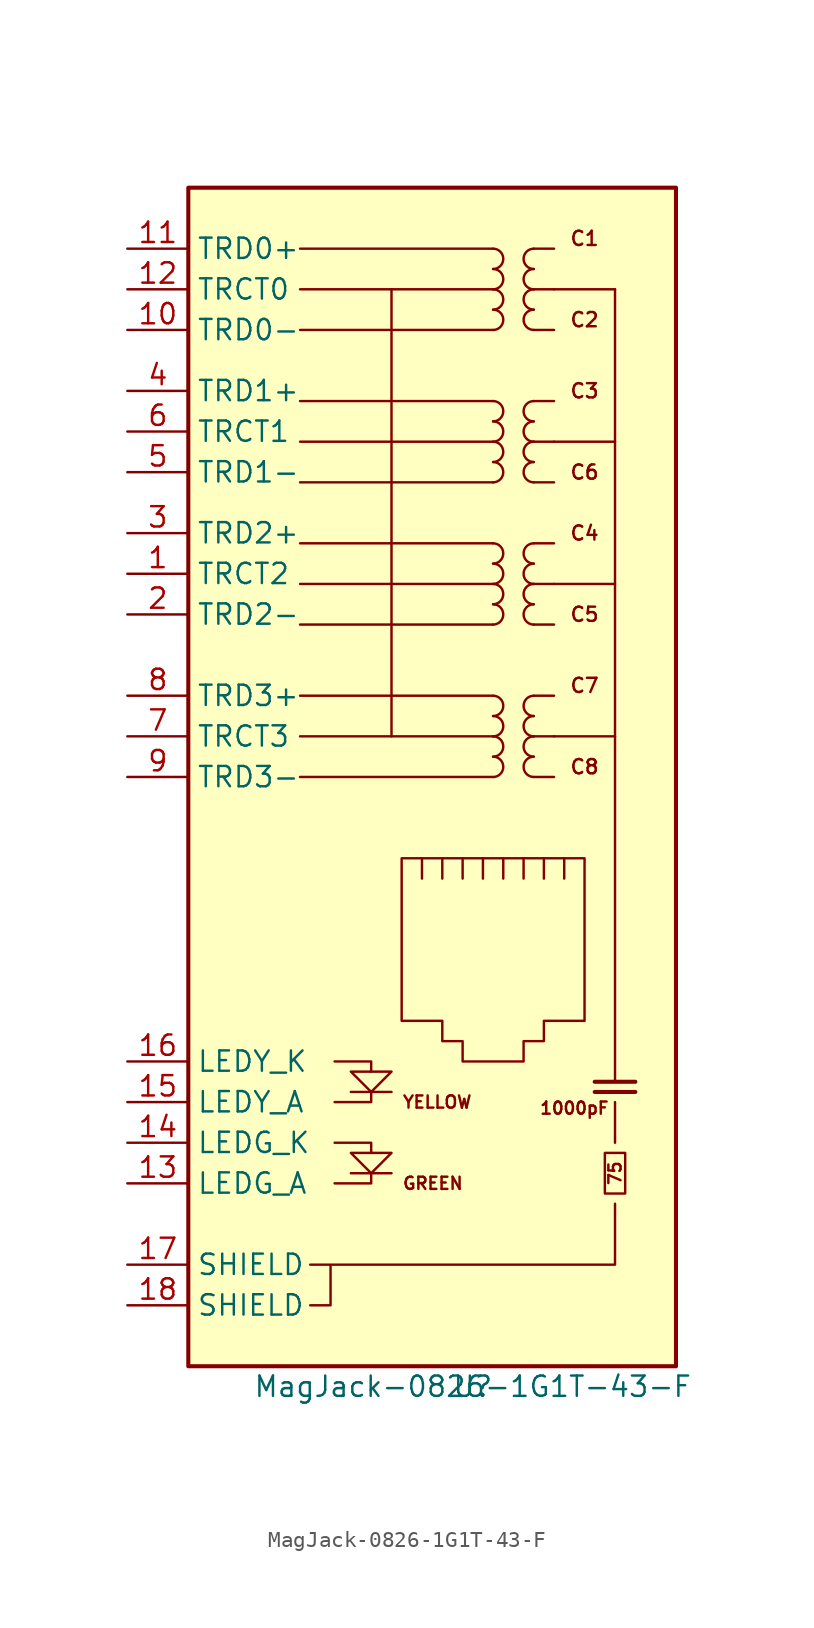
<source format=kicad_sym>
(kicad_symbol_lib
  (version 20201005)
  (generator kicad_symbol_editor)
  (symbol "CM4_NAS:MagJack-0826-1G1T-43-F"
    (property "Reference" "U"
      (at 0 0 0)
      (effects (font (size 1.27 1.27))))
    (property "Value" "MagJack-0826-1G1T-43-F"
      (at 0 0 0)
      (effects (font (size 1.27 1.27))))
    (symbol "MagJack-0826-1G1T-43-F_1_1"
      (arc (start 1.27 38.1) (end 1.27 39.37) (radius (at 1.27 38.735) (length 0.635) (angles -89.9 89.9)) (stroke (width 0)) (fill (type none)))
      (arc (start 1.27 39.37) (end 1.27 40.64) (radius (at 1.27 40.005) (length 0.635) (angles -89.9 89.9)) (stroke (width 0)) (fill (type none)))
      (arc (start 1.27 40.64) (end 1.27 41.91) (radius (at 1.27 41.275) (length 0.635) (angles -89.9 89.9)) (stroke (width 0)) (fill (type none)))
      (arc (start 1.27 41.91) (end 1.27 43.18) (radius (at 1.27 42.545) (length 0.635) (angles -89.9 89.9)) (stroke (width 0)) (fill (type none)))
      (arc (start 1.27 47.625) (end 1.27 48.895) (radius (at 1.27 48.26) (length 0.635) (angles -89.9 89.9)) (stroke (width 0)) (fill (type none)))
      (arc (start 1.27 48.895) (end 1.27 50.165) (radius (at 1.27 49.53) (length 0.635) (angles -89.9 89.9)) (stroke (width 0)) (fill (type none)))
      (arc (start 1.27 50.165) (end 1.27 51.435) (radius (at 1.27 50.8) (length 0.635) (angles -89.9 89.9)) (stroke (width 0)) (fill (type none)))
      (arc (start 1.27 51.435) (end 1.27 52.705) (radius (at 1.27 52.07) (length 0.635) (angles -89.9 89.9)) (stroke (width 0)) (fill (type none)))
      (arc (start 1.27 56.515) (end 1.27 57.785) (radius (at 1.27 57.15) (length 0.635) (angles -89.9 89.9)) (stroke (width 0)) (fill (type none)))
      (arc (start 1.27 57.785) (end 1.27 59.055) (radius (at 1.27 58.42) (length 0.635) (angles -89.9 89.9)) (stroke (width 0)) (fill (type none)))
      (arc (start 1.27 59.055) (end 1.27 60.325) (radius (at 1.27 59.69) (length 0.635) (angles -89.9 89.9)) (stroke (width 0)) (fill (type none)))
      (arc (start 1.27 60.325) (end 1.27 61.595) (radius (at 1.27 60.96) (length 0.635) (angles -89.9 89.9)) (stroke (width 0)) (fill (type none)))
      (arc (start 1.27 66.04) (end 1.27 67.31) (radius (at 1.27 66.675) (length 0.635) (angles -89.9 89.9)) (stroke (width 0)) (fill (type none)))
      (arc (start 1.27 67.31) (end 1.27 68.58) (radius (at 1.27 67.945) (length 0.635) (angles -89.9 89.9)) (stroke (width 0)) (fill (type none)))
      (arc (start 1.27 68.58) (end 1.27 69.85) (radius (at 1.27 69.215) (length 0.635) (angles -89.9 89.9)) (stroke (width 0)) (fill (type none)))
      (arc (start 1.27 69.85) (end 1.27 71.12) (radius (at 1.27 70.485) (length 0.635) (angles -89.9 89.9)) (stroke (width 0)) (fill (type none)))
      (arc (start 3.81 39.37) (end 3.81 38.1) (radius (at 3.81 38.735) (length 0.635) (angles 90.1 -90.1)) (stroke (width 0)) (fill (type none)))
      (arc (start 3.81 40.64) (end 3.81 39.37) (radius (at 3.81 40.005) (length 0.635) (angles 90.1 -90.1)) (stroke (width 0)) (fill (type none)))
      (arc (start 3.81 41.91) (end 3.81 40.64) (radius (at 3.81 41.275) (length 0.635) (angles 90.1 -90.1)) (stroke (width 0)) (fill (type none)))
      (arc (start 3.81 43.18) (end 3.81 41.91) (radius (at 3.81 42.545) (length 0.635) (angles 90.1 -90.1)) (stroke (width 0)) (fill (type none)))
      (arc (start 3.81 48.895) (end 3.81 47.625) (radius (at 3.81 48.26) (length 0.635) (angles 90.1 -90.1)) (stroke (width 0)) (fill (type none)))
      (arc (start 3.81 50.165) (end 3.81 48.895) (radius (at 3.81 49.53) (length 0.635) (angles 90.1 -90.1)) (stroke (width 0)) (fill (type none)))
      (arc (start 3.81 51.435) (end 3.81 50.165) (radius (at 3.81 50.8) (length 0.635) (angles 90.1 -90.1)) (stroke (width 0)) (fill (type none)))
      (arc (start 3.81 52.705) (end 3.81 51.435) (radius (at 3.81 52.07) (length 0.635) (angles 90.1 -90.1)) (stroke (width 0)) (fill (type none)))
      (arc (start 3.81 57.785) (end 3.81 56.515) (radius (at 3.81 57.15) (length 0.635) (angles 90.1 -90.1)) (stroke (width 0)) (fill (type none)))
      (arc (start 3.81 59.055) (end 3.81 57.785) (radius (at 3.81 58.42) (length 0.635) (angles 90.1 -90.1)) (stroke (width 0)) (fill (type none)))
      (arc (start 3.81 60.325) (end 3.81 59.055) (radius (at 3.81 59.69) (length 0.635) (angles 90.1 -90.1)) (stroke (width 0)) (fill (type none)))
      (arc (start 3.81 61.595) (end 3.81 60.325) (radius (at 3.81 60.96) (length 0.635) (angles 90.1 -90.1)) (stroke (width 0)) (fill (type none)))
      (arc (start 3.81 67.31) (end 3.81 66.04) (radius (at 3.81 66.675) (length 0.635) (angles 90.1 -90.1)) (stroke (width 0)) (fill (type none)))
      (arc (start 3.81 68.58) (end 3.81 67.31) (radius (at 3.81 67.945) (length 0.635) (angles 90.1 -90.1)) (stroke (width 0)) (fill (type none)))
      (arc (start 3.81 69.85) (end 3.81 68.58) (radius (at 3.81 69.215) (length 0.635) (angles 90.1 -90.1)) (stroke (width 0)) (fill (type none)))
      (arc (start 3.81 71.12) (end 3.81 69.85) (radius (at 3.81 70.485) (length 0.635) (angles 90.1 -90.1)) (stroke (width 0)) (fill (type none)))
      (text "1000pF" (at 6.35 17.399 0) (effects (font (size 0.762 0.762))))
      (text "75" (at 8.89 13.335 900) (effects (font (size 0.762 0.762))))
      (text "C1" (at 6.985 71.755 0) (effects (font (size 0.889 0.889))))
      (text "C2" (at 6.985 66.675 0) (effects (font (size 0.889 0.889))))
      (text "C3" (at 6.985 62.23 0) (effects (font (size 0.889 0.889))))
      (text "C4" (at 6.985 53.34 0) (effects (font (size 0.889 0.889))))
      (text "C5" (at 6.985 48.26 0) (effects (font (size 0.889 0.889))))
      (text "C6" (at 6.985 57.15 0) (effects (font (size 0.889 0.889))))
      (text "C7" (at 6.985 43.815 0) (effects (font (size 0.889 0.889))))
      (text "C8" (at 6.985 38.735 0) (effects (font (size 0.889 0.889))))
      (text "GREEN" (at -4.445 12.7 0) (effects (font (size 0.762 0.762)) (justify left)))
      (text "YELLOW" (at -4.445 17.78 0) (effects (font (size 0.762 0.762)) (justify left)))
      (rectangle (start 9.525 12.065) (end 8.255 14.605) (stroke (width 0)) (fill (type none)))
      (rectangle (start -17.78 1.27) (end 12.7 74.93) (stroke (width 0.254)) (fill (type background)))
      (polyline (pts (xy -5.08 13.335) (xy -7.62 13.335)) (stroke (width 0)) (fill (type none)))
      (polyline (pts (xy -5.08 18.415) (xy -7.62 18.415)) (stroke (width 0)) (fill (type none)))
      (polyline (pts (xy -5.08 40.64) (xy -5.08 68.58)) (stroke (width 0)) (fill (type none)))
      (polyline (pts (xy -3.175 31.75) (xy -3.175 33.02)) (stroke (width 0)) (fill (type none)))
      (polyline (pts (xy -5.08 50.165) (xy 1.27 50.165)) (stroke (width 0)) (fill (type none)))
      (polyline (pts (xy -5.08 68.58) (xy 1.27 68.58)) (stroke (width 0)) (fill (type none)))
      (polyline (pts (xy 1.27 38.1) (xy -10.795 38.1)) (stroke (width 0)) (fill (type none)))
      (polyline (pts (xy 1.27 43.18) (xy -10.795 43.18)) (stroke (width 0)) (fill (type none)))
      (polyline (pts (xy 1.27 47.625) (xy -10.795 47.625)) (stroke (width 0)) (fill (type none)))
      (polyline (pts (xy 1.27 52.705) (xy -10.795 52.705)) (stroke (width 0)) (fill (type none)))
      (polyline (pts (xy 1.27 56.515) (xy -10.795 56.515)) (stroke (width 0)) (fill (type none)))
      (polyline (pts (xy 1.27 61.595) (xy -10.795 61.595)) (stroke (width 0)) (fill (type none)))
      (polyline (pts (xy 1.27 66.04) (xy -10.795 66.04)) (stroke (width 0)) (fill (type none)))
      (polyline (pts (xy 1.27 71.12) (xy -10.795 71.12)) (stroke (width 0)) (fill (type none)))
      (polyline (pts (xy -1.905 33.02) (xy -1.905 31.75)) (stroke (width 0)) (fill (type none)))
      (polyline (pts (xy -0.635 33.02) (xy -0.635 31.75)) (stroke (width 0)) (fill (type none)))
      (polyline (pts (xy 0.635 33.02) (xy 0.635 31.75)) (stroke (width 0)) (fill (type none)))
      (polyline (pts (xy 1.905 33.02) (xy 1.905 31.75)) (stroke (width 0)) (fill (type none)))
      (polyline (pts (xy 3.175 33.02) (xy 3.175 31.75)) (stroke (width 0)) (fill (type none)))
      (polyline (pts (xy 3.81 38.1) (xy 5.08 38.1)) (stroke (width 0)) (fill (type none)))
      (polyline (pts (xy 3.81 40.64) (xy 5.08 40.64)) (stroke (width 0)) (fill (type none)))
      (polyline (pts (xy 3.81 43.18) (xy 5.08 43.18)) (stroke (width 0)) (fill (type none)))
      (polyline (pts (xy 3.81 47.625) (xy 5.08 47.625)) (stroke (width 0)) (fill (type none)))
      (polyline (pts (xy 3.81 50.165) (xy 5.08 50.165)) (stroke (width 0)) (fill (type none)))
      (polyline (pts (xy 3.81 52.705) (xy 5.08 52.705)) (stroke (width 0)) (fill (type none)))
      (polyline (pts (xy 3.81 56.515) (xy 5.08 56.515)) (stroke (width 0)) (fill (type none)))
      (polyline (pts (xy 3.81 59.055) (xy 5.08 59.055)) (stroke (width 0)) (fill (type none)))
      (polyline (pts (xy 3.81 61.595) (xy 5.08 61.595)) (stroke (width 0)) (fill (type none)))
      (polyline (pts (xy 3.81 66.04) (xy 5.08 66.04)) (stroke (width 0)) (fill (type none)))
      (polyline (pts (xy 3.81 68.58) (xy 5.08 68.58)) (stroke (width 0)) (fill (type none)))
      (polyline (pts (xy 3.81 71.12) (xy 5.08 71.12)) (stroke (width 0)) (fill (type none)))
      (polyline (pts (xy 4.445 31.75) (xy 4.445 33.02)) (stroke (width 0)) (fill (type none)))
      (polyline (pts (xy 5.08 40.64) (xy 8.89 40.64)) (stroke (width 0)) (fill (type none)))
      (polyline (pts (xy 5.08 50.165) (xy 8.89 50.165)) (stroke (width 0)) (fill (type none)))
      (polyline (pts (xy 5.08 59.055) (xy 8.89 59.055)) (stroke (width 0)) (fill (type none)))
      (polyline (pts (xy 5.715 31.75) (xy 5.715 33.02)) (stroke (width 0)) (fill (type none)))
      (polyline (pts (xy 7.62 18.415) (xy 10.16 18.415)) (stroke (width 0.254)) (fill (type none)))
      (polyline (pts (xy 7.62 19.05) (xy 10.16 19.05)) (stroke (width 0.254)) (fill (type none)))
      (polyline (pts (xy 8.89 15.24) (xy 8.89 17.78)) (stroke (width 0)) (fill (type none)))
      (polyline (pts (xy 8.89 19.05) (xy 8.89 68.58)) (stroke (width 0)) (fill (type none)))
      (polyline (pts (xy -8.636 12.7) (xy -6.35 12.7) (xy -6.35 13.335)) (stroke (width 0)) (fill (type none)))
      (polyline (pts (xy -8.636 15.24) (xy -6.35 15.24) (xy -6.35 14.605)) (stroke (width 0)) (fill (type none)))
      (polyline (pts (xy -8.636 20.32) (xy -6.35 20.32) (xy -6.35 19.685)) (stroke (width 0)) (fill (type none)))
      (polyline (pts (xy -6.35 18.415) (xy -6.35 17.78) (xy -8.636 17.78)) (stroke (width 0)) (fill (type none)))
      (polyline (pts (xy -7.62 19.685) (xy -5.08 19.685) (xy -6.35 18.415) (xy -7.62 19.685)) (stroke (width 0)) (fill (type none)))
      (polyline (pts (xy -5.08 14.605) (xy -7.62 14.605) (xy -6.35 13.335) (xy -5.08 14.605)) (stroke (width 0)) (fill (type none)))
      (polyline (pts (xy -10.16 5.08) (xy -8.89 5.08) (xy -8.89 7.62) (xy -10.16 7.62) (xy -8.89 7.62) (xy 8.89 7.62) (xy 8.89 11.43)) (stroke (width 0)) (fill (type none)))
      (polyline (pts (xy -4.445 33.02) (xy 6.985 33.02) (xy 6.985 22.86) (xy 4.445 22.86) (xy 4.445 21.59) (xy 3.175 21.59) (xy 3.175 20.32) (xy -0.635 20.32) (xy -0.635 21.59) (xy -1.905 21.59) (xy -1.905 22.86) (xy -4.445 22.86) (xy -4.445 33.02)) (stroke (width 0)) (fill (type none)))
      (polyline (pts (xy 5.08 68.58) (xy 8.89 68.58)) (stroke (width 0)) (fill (type none)))
      (polyline (pts (xy -10.795 68.58) (xy -5.08 68.58)) (stroke (width 0)) (fill (type none)))
      (polyline (pts (xy -10.795 59.055) (xy 1.27 59.055)) (stroke (width 0)) (fill (type none)))
      (polyline (pts (xy -10.795 50.165) (xy -5.08 50.165)) (stroke (width 0)) (fill (type none)))
      (polyline (pts (xy -10.795 40.64) (xy 1.27 40.64)) (stroke (width 0)) (fill (type none)))
      (pin passive line (at -21.59 71.12 0) (length 3.81) (name "TRD0+" (effects (font (size 1.27 1.27)))) (number "11" (effects (font (size 1.27 1.27)))))
      (pin passive line (at -21.59 38.1 0) (length 3.81) (name "TRD3-" (effects (font (size 1.27 1.27)))) (number "9" (effects (font (size 1.27 1.27)))))
      (pin passive line (at -21.59 50.8 0) (length 3.81) (name "TRCT2" (effects (font (size 1.27 1.27)))) (number "1" (effects (font (size 1.27 1.27)))))
      (pin passive line (at -21.59 40.64 0) (length 3.81) (name "TRCT3" (effects (font (size 1.27 1.27)))) (number "7" (effects (font (size 1.27 1.27)))))
      (pin passive line (at -21.59 17.78 0) (length 3.81) (name "LEDY_A" (effects (font (size 1.27 1.27)))) (number "15" (effects (font (size 1.27 1.27)))))
      (pin passive line (at -21.59 20.32 0) (length 3.81) (name "LEDY_K" (effects (font (size 1.27 1.27)))) (number "16" (effects (font (size 1.27 1.27)))))
      (pin passive line (at -21.59 12.7 0) (length 3.81) (name "LEDG_A" (effects (font (size 1.27 1.27)))) (number "13" (effects (font (size 1.27 1.27)))))
      (pin passive line (at -21.59 15.24 0) (length 3.81) (name "LEDG_K" (effects (font (size 1.27 1.27)))) (number "14" (effects (font (size 1.27 1.27)))))
      (pin passive line (at -21.59 7.62 0) (length 3.81) (name "SHIELD" (effects (font (size 1.27 1.27)))) (number "17" (effects (font (size 1.27 1.27)))))
      (pin passive line (at -21.59 66.04 0) (length 3.81) (name "TRD0-" (effects (font (size 1.27 1.27)))) (number "10" (effects (font (size 1.27 1.27)))))
      (pin passive line (at -21.59 5.08 0) (length 3.81) (name "SHIELD" (effects (font (size 1.27 1.27)))) (number "18" (effects (font (size 1.27 1.27)))))
      (pin passive line (at -21.59 62.23 0) (length 3.81) (name "TRD1+" (effects (font (size 1.27 1.27)))) (number "4" (effects (font (size 1.27 1.27)))))
      (pin passive line (at -21.59 68.58 0) (length 3.81) (name "TRCT0" (effects (font (size 1.27 1.27)))) (number "12" (effects (font (size 1.27 1.27)))))
      (pin passive line (at -21.59 59.69 0) (length 3.81) (name "TRCT1" (effects (font (size 1.27 1.27)))) (number "6" (effects (font (size 1.27 1.27)))))
      (pin passive line (at -21.59 57.15 0) (length 3.81) (name "TRD1-" (effects (font (size 1.27 1.27)))) (number "5" (effects (font (size 1.27 1.27)))))
      (pin passive line (at -21.59 53.34 0) (length 3.81) (name "TRD2+" (effects (font (size 1.27 1.27)))) (number "3" (effects (font (size 1.27 1.27)))))
      (pin passive line (at -21.59 48.26 0) (length 3.81) (name "TRD2-" (effects (font (size 1.27 1.27)))) (number "2" (effects (font (size 1.27 1.27)))))
      (pin passive line (at -21.59 43.18 0) (length 3.81) (name "TRD3+" (effects (font (size 1.27 1.27)))) (number "8" (effects (font (size 1.27 1.27))))))))
</source>
